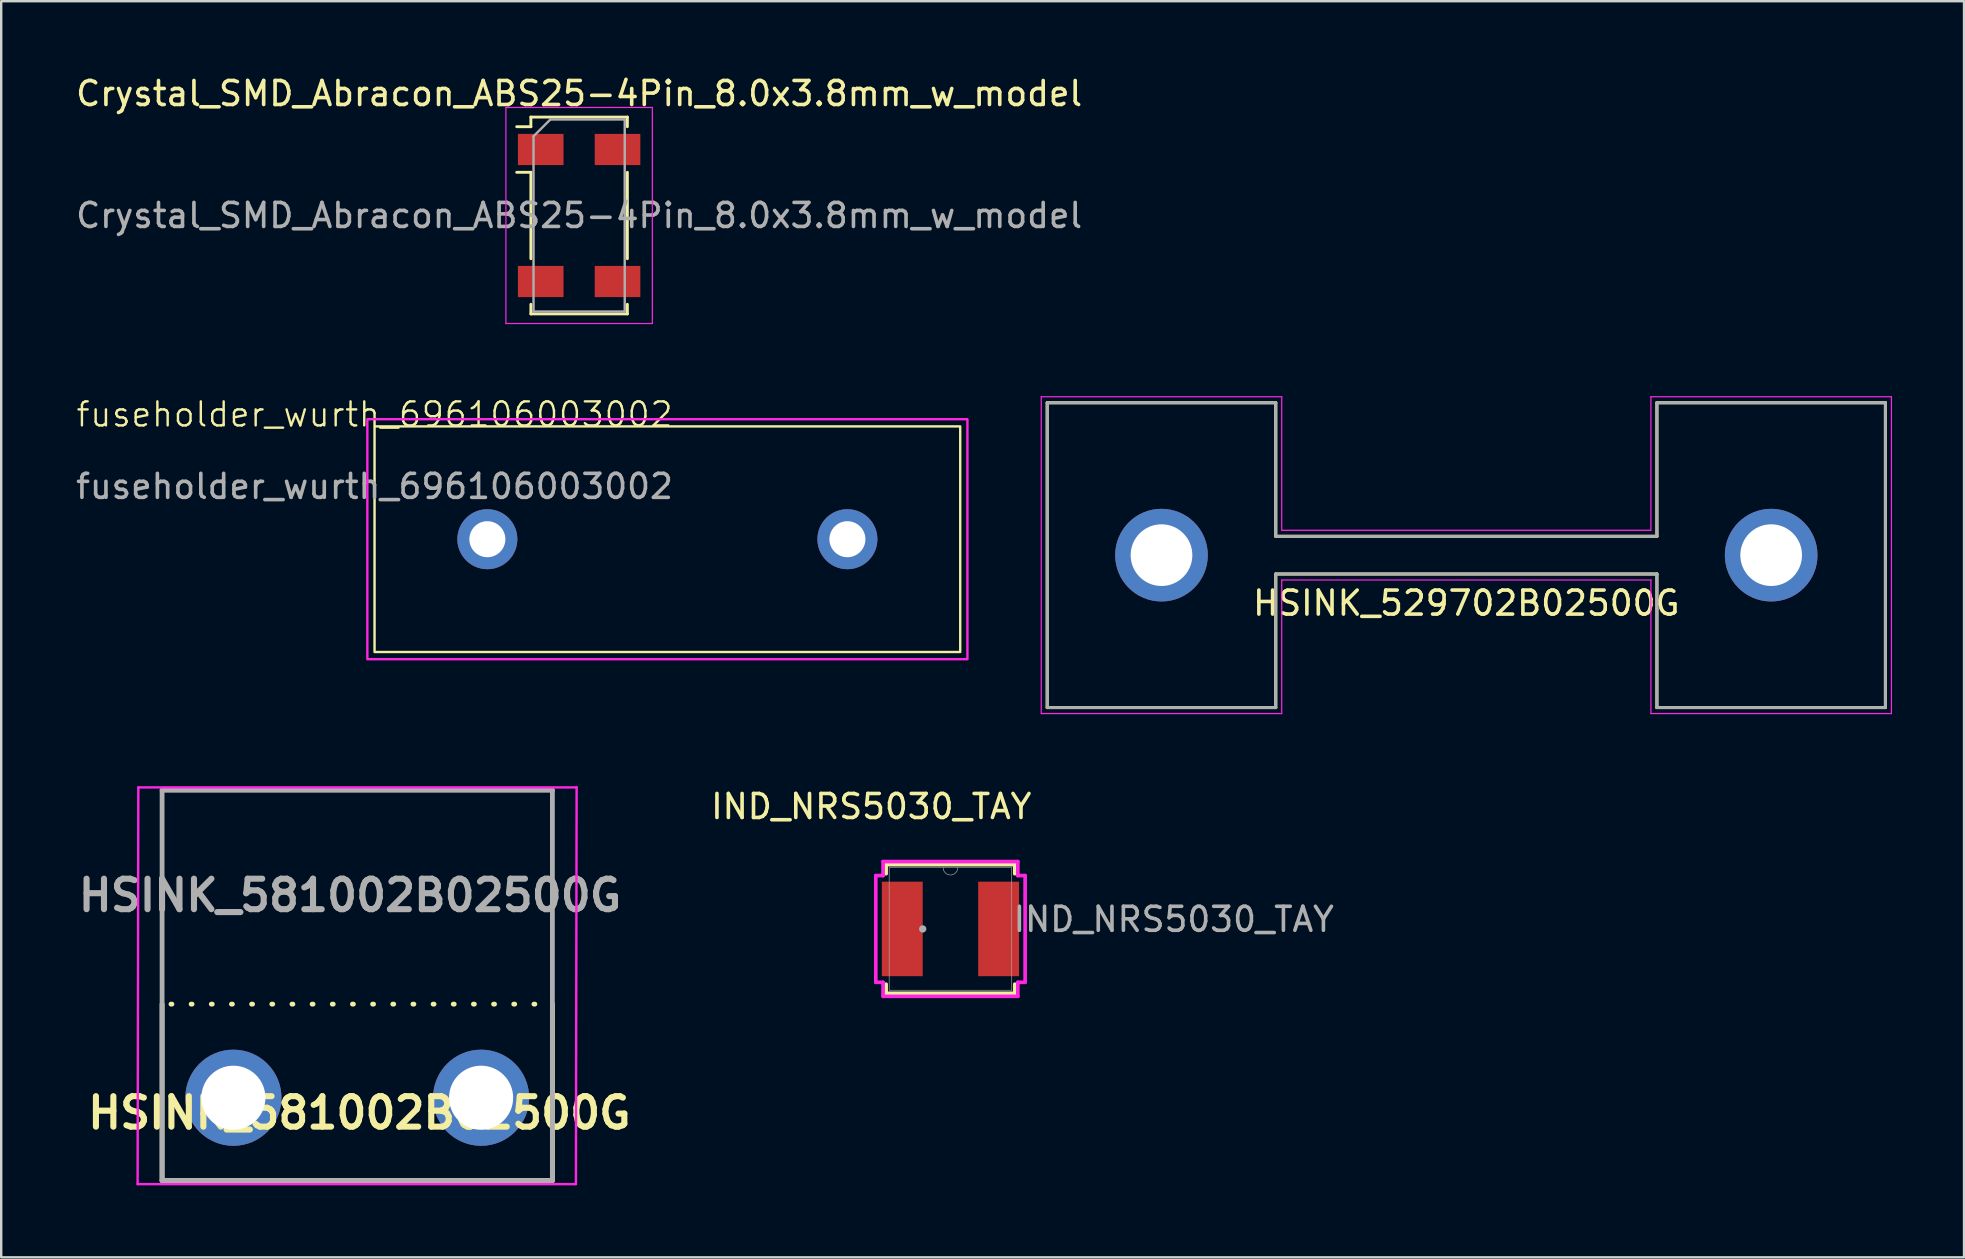
<source format=kicad_pcb>
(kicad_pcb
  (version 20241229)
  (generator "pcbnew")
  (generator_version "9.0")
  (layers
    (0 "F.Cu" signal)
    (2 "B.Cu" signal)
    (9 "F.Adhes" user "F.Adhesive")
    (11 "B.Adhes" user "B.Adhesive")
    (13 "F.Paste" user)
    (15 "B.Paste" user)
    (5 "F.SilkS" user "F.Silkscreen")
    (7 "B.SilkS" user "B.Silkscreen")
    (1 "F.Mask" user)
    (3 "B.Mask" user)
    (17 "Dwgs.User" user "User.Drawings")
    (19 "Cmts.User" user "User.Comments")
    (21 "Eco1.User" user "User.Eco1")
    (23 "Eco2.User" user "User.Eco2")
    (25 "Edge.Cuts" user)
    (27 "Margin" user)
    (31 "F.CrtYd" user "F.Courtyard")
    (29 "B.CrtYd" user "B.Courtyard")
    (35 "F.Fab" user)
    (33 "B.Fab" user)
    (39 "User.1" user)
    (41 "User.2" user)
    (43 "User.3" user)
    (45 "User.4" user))
  (footprint "Crystal_SMD_Abracon_ABS25-4Pin_8.0x3.8mm_w_model"
    (layer "F.Cu")
    (at 21.077 5.928)
    (property "Reference" "Crystal_SMD_Abracon_ABS25-4Pin_8.0x3.8mm_w_model" (at 0 -5.08 0) (layer "F.SilkS") (effects (font (size 1 1) (thickness 0.15))))
    (attr smd)
    (fp_line (start -2.6 -3.7) (end -2.01 -3.7) (stroke (width 0.12) (type solid)) (layer "F.SilkS"))
    (fp_line (start -2.01 -4.1) (end -2.01 -3.7) (stroke (width 0.12) (type solid)) (layer "F.SilkS"))
    (fp_line (start -2.01 -1.8) (end -2.6 -1.8) (stroke (width 0.12) (type solid)) (layer "F.SilkS"))
    (fp_line (start -2.01 -1.8) (end -2.01 1.8) (stroke (width 0.12) (type solid)) (layer "F.SilkS"))
    (fp_line (start -2.01 4.1) (end -2.01 3.7) (stroke (width 0.12) (type solid)) (layer "F.SilkS"))
    (fp_line (start 2.01 -4.1) (end -2.01 -4.1) (stroke (width 0.12) (type solid)) (layer "F.SilkS"))
    (fp_line (start 2.01 -4.1) (end 2.01 -3.7) (stroke (width 0.12) (type solid)) (layer "F.SilkS"))
    (fp_line (start 2.01 -1.8) (end 2.01 1.8) (stroke (width 0.12) (type solid)) (layer "F.SilkS"))
    (fp_line (start 2.01 4.1) (end -2.01 4.1) (stroke (width 0.12) (type solid)) (layer "F.SilkS"))
    (fp_line (start 2.01 4.1) (end 2.01 3.7) (stroke (width 0.12) (type solid)) (layer "F.SilkS"))
    (fp_line (start -3.05 -4.5) (end -3.05 4.5) (stroke (width 0.05) (type solid)) (layer "F.CrtYd"))
    (fp_line (start -3.05 4.5) (end 3.05 4.5) (stroke (width 0.05) (type solid)) (layer "F.CrtYd"))
    (fp_line (start 3.05 -4.5) (end -3.05 -4.5) (stroke (width 0.05) (type solid)) (layer "F.CrtYd"))
    (fp_line (start 3.05 4.5) (end 3.05 -4.5) (stroke (width 0.05) (type solid)) (layer "F.CrtYd"))
    (fp_line (start -1.9 -3.3) (end -1.2 -4) (stroke (width 0.1) (type solid)) (layer "F.Fab"))
    (fp_line (start -1.9 4) (end -1.9 -3.3) (stroke (width 0.1) (type solid)) (layer "F.Fab"))
    (fp_line (start -1.2 -4) (end 1.9 -4) (stroke (width 0.1) (type solid)) (layer "F.Fab"))
    (fp_line (start 1.9 -4) (end 1.9 4) (stroke (width 0.1) (type solid)) (layer "F.Fab"))
    (fp_line (start 1.9 4) (end -1.9 4) (stroke (width 0.1) (type solid)) (layer "F.Fab"))
    (fp_text user "${REFERENCE}" (at 0 0 0) (layer "F.Fab") (effects (font (size 1 1) (thickness 0.15))))
    (pad "1" smd rect (at -1.6 -2.75 270) (size 1.3 1.9) (layers "F.Cu" "F.Mask" "F.Paste"))
    (pad "2" smd rect (at -1.6 2.75 270) (size 1.3 1.9) (layers "F.Cu" "F.Mask" "F.Paste"))
    (pad "3" smd rect (at 1.6 2.75 270) (size 1.3 1.9) (layers "F.Cu" "F.Mask" "F.Paste"))
    (pad "4" smd rect (at 1.6 -2.75 270) (size 1.3 1.9) (layers "F.Cu" "F.Mask" "F.Paste")))
  (footprint "fuseholder_wurth_696106003002"
    (layer "F.Cu")
    (at 12.554 14.714)
    (property "Reference" "fuseholder_wurth_696106003002" (at 0 -0.5 0) (unlocked yes) (layer "F.SilkS") (effects (font (size 1 1) (thickness 0.1))))
    (attr through_hole)
    (fp_rect (start 0 0) (end 24.4 9.4) (stroke (width 0.1) (type default)) (fill no) (layer "F.SilkS"))
    (fp_rect (start -0.3 -0.3) (end 24.7 9.7) (stroke (width 0.1) (type default)) (fill no) (layer "F.CrtYd"))
    (fp_text user "${REFERENCE}" (at 0 2.5 0) (unlocked yes) (layer "F.Fab") (effects (font (size 1 1) (thickness 0.15))))
    (pad "1" thru_hole circle (at 4.7 4.7) (size 2.5 2.5) (drill 1.5) (layers "*.Cu" "*.Mask"))
    (pad "2" thru_hole circle (at 19.7 4.7) (size 2.5 2.5) (drill 1.5) (layers "*.Cu" "*.Mask")))
  (footprint "HSINK_529702B02500G"
    (layer "F.Cu")
    (at 58.039 20.078)
    (property "Reference" "HSINK_529702B02500G" (at 0 2 0) (layer "F.SilkS") (effects (font (size 1 1) (thickness 0.15))))
    (attr through_hole)
    (fp_line (start -17.46 -6.35) (end -17.46 6.35) (stroke (width 0.127) (type solid)) (layer "F.SilkS"))
    (fp_line (start -17.46 -6.35) (end -7.94 -6.35) (stroke (width 0.127) (type solid)) (layer "F.SilkS"))
    (fp_line (start -17.46 6.35) (end -7.94 6.35) (stroke (width 0.127) (type solid)) (layer "F.SilkS"))
    (fp_line (start -7.94 -6.35) (end -7.94 -0.785) (stroke (width 0.127) (type solid)) (layer "F.SilkS"))
    (fp_line (start -7.94 -0.785) (end 7.94 -0.785) (stroke (width 0.127) (type solid)) (layer "F.SilkS"))
    (fp_line (start -7.94 0.785) (end 7.94 0.785) (stroke (width 0.127) (type solid)) (layer "F.SilkS"))
    (fp_line (start -7.94 6.35) (end -7.94 0.785) (stroke (width 0.127) (type solid)) (layer "F.SilkS"))
    (fp_line (start 7.94 -6.35) (end 7.94 -0.785) (stroke (width 0.127) (type solid)) (layer "F.SilkS"))
    (fp_line (start 7.94 6.35) (end 7.94 0.785) (stroke (width 0.127) (type solid)) (layer "F.SilkS"))
    (fp_line (start 17.46 -6.35) (end 7.94 -6.35) (stroke (width 0.127) (type solid)) (layer "F.SilkS"))
    (fp_line (start 17.46 -6.35) (end 17.46 6.35) (stroke (width 0.127) (type solid)) (layer "F.SilkS"))
    (fp_line (start 17.46 6.35) (end 7.94 6.35) (stroke (width 0.127) (type solid)) (layer "F.SilkS"))
    (fp_line (start -17.71 -6.6) (end -7.69 -6.6) (stroke (width 0.05) (type solid)) (layer "F.CrtYd"))
    (fp_line (start -17.71 6.6) (end -17.71 -6.6) (stroke (width 0.05) (type solid)) (layer "F.CrtYd"))
    (fp_line (start -7.69 -6.6) (end -7.69 -1.035) (stroke (width 0.05) (type solid)) (layer "F.CrtYd"))
    (fp_line (start -7.69 -1.035) (end 7.69 -1.035) (stroke (width 0.05) (type solid)) (layer "F.CrtYd"))
    (fp_line (start -7.69 1.035) (end -7.69 6.6) (stroke (width 0.05) (type solid)) (layer "F.CrtYd"))
    (fp_line (start -7.69 6.6) (end -17.71 6.6) (stroke (width 0.05) (type solid)) (layer "F.CrtYd"))
    (fp_line (start 7.69 -6.6) (end 17.71 -6.6) (stroke (width 0.05) (type solid)) (layer "F.CrtYd"))
    (fp_line (start 7.69 -1.035) (end 7.69 -6.6) (stroke (width 0.05) (type solid)) (layer "F.CrtYd"))
    (fp_line (start 7.69 1.035) (end -7.69 1.035) (stroke (width 0.05) (type solid)) (layer "F.CrtYd"))
    (fp_line (start 7.69 6.6) (end 7.69 1.035) (stroke (width 0.05) (type solid)) (layer "F.CrtYd"))
    (fp_line (start 17.71 -6.6) (end 17.71 6.6) (stroke (width 0.05) (type solid)) (layer "F.CrtYd"))
    (fp_line (start 17.71 6.6) (end 7.69 6.6) (stroke (width 0.05) (type solid)) (layer "F.CrtYd"))
    (fp_line (start -17.46 -6.35) (end -17.46 6.35) (stroke (width 0.127) (type solid)) (layer "F.Fab"))
    (fp_line (start -17.46 -6.35) (end -7.94 -6.35) (stroke (width 0.127) (type solid)) (layer "F.Fab"))
    (fp_line (start -17.46 6.35) (end -7.94 6.35) (stroke (width 0.127) (type solid)) (layer "F.Fab"))
    (fp_line (start -7.94 -6.35) (end -7.94 -0.785) (stroke (width 0.127) (type solid)) (layer "F.Fab"))
    (fp_line (start -7.94 -0.785) (end 7.94 -0.785) (stroke (width 0.127) (type solid)) (layer "F.Fab"))
    (fp_line (start -7.94 0.785) (end 7.94 0.785) (stroke (width 0.127) (type solid)) (layer "F.Fab"))
    (fp_line (start -7.94 6.35) (end -7.94 0.785) (stroke (width 0.127) (type solid)) (layer "F.Fab"))
    (fp_line (start 7.94 -6.35) (end 7.94 -0.785) (stroke (width 0.127) (type solid)) (layer "F.Fab"))
    (fp_line (start 7.94 6.35) (end 7.94 0.785) (stroke (width 0.127) (type solid)) (layer "F.Fab"))
    (fp_line (start 17.46 -6.35) (end 7.94 -6.35) (stroke (width 0.127) (type solid)) (layer "F.Fab"))
    (fp_line (start 17.46 -6.35) (end 17.46 6.35) (stroke (width 0.127) (type solid)) (layer "F.Fab"))
    (fp_line (start 17.46 6.35) (end 7.94 6.35) (stroke (width 0.127) (type solid)) (layer "F.Fab"))
    (pad "1" thru_hole circle (at -12.7 0) (size 3.86 3.86) (drill 2.57) (layers "*.Cu" "*.Mask"))
    (pad "2" thru_hole circle (at 12.7 0) (size 3.86 3.86) (drill 2.57) (layers "*.Cu" "*.Mask")))
  (footprint "IND_NRS5030_TAY"
    (layer "F.Cu")
    (at 36.547 35.651)
    (property "Reference" "IND_NRS5030_TAY" (at -3.3 -5.1 0) (unlocked yes) (layer "F.SilkS") (effects (font (size 1 1) (thickness 0.15))))
    (attr smd)
    (fp_line (start -2.68 -2.68) (end -2.68 -2.301) (stroke (width 0.152) (type solid)) (layer "F.SilkS"))
    (fp_line (start -2.68 2.301) (end -2.68 2.68) (stroke (width 0.152) (type solid)) (layer "F.SilkS"))
    (fp_line (start -2.68 2.68) (end 2.68 2.68) (stroke (width 0.152) (type solid)) (layer "F.SilkS"))
    (fp_line (start 2.68 -2.68) (end -2.68 -2.68) (stroke (width 0.152) (type solid)) (layer "F.SilkS"))
    (fp_line (start 2.68 -2.301) (end 2.68 -2.68) (stroke (width 0.152) (type solid)) (layer "F.SilkS"))
    (fp_line (start 2.68 2.68) (end 2.68 2.301) (stroke (width 0.152) (type solid)) (layer "F.SilkS"))
    (fp_line (start -3.111 -2.223) (end -2.807 -2.223) (stroke (width 0.152) (type solid)) (layer "F.CrtYd"))
    (fp_line (start -3.111 2.223) (end -3.111 -2.223) (stroke (width 0.152) (type solid)) (layer "F.CrtYd"))
    (fp_line (start -3.111 2.223) (end -2.807 2.223) (stroke (width 0.152) (type solid)) (layer "F.CrtYd"))
    (fp_line (start -2.807 -2.807) (end 2.807 -2.807) (stroke (width 0.152) (type solid)) (layer "F.CrtYd"))
    (fp_line (start -2.807 -2.223) (end -2.807 -2.807) (stroke (width 0.152) (type solid)) (layer "F.CrtYd"))
    (fp_line (start -2.807 2.807) (end -2.807 2.223) (stroke (width 0.152) (type solid)) (layer "F.CrtYd"))
    (fp_line (start 2.807 -2.807) (end 2.807 -2.223) (stroke (width 0.152) (type solid)) (layer "F.CrtYd"))
    (fp_line (start 2.807 2.223) (end 2.807 2.807) (stroke (width 0.152) (type solid)) (layer "F.CrtYd"))
    (fp_line (start 2.807 2.807) (end -2.807 2.807) (stroke (width 0.152) (type solid)) (layer "F.CrtYd"))
    (fp_line (start 3.111 -2.223) (end 2.807 -2.223) (stroke (width 0.152) (type solid)) (layer "F.CrtYd"))
    (fp_line (start 3.111 -2.223) (end 3.111 2.223) (stroke (width 0.152) (type solid)) (layer "F.CrtYd"))
    (fp_line (start 3.111 2.223) (end 2.807 2.223) (stroke (width 0.152) (type solid)) (layer "F.CrtYd"))
    (fp_line (start -2.553 -2.553) (end -2.553 2.553) (stroke (width 0.025) (type solid)) (layer "F.Fab"))
    (fp_line (start -2.553 2.553) (end 2.553 2.553) (stroke (width 0.025) (type solid)) (layer "F.Fab"))
    (fp_line (start 2.553 -2.553) (end -2.553 -2.553) (stroke (width 0.025) (type solid)) (layer "F.Fab"))
    (fp_line (start 2.553 2.553) (end 2.553 -2.553) (stroke (width 0.025) (type solid)) (layer "F.Fab"))
    (fp_arc (start 0.3048 -2.5527) (mid 0 -2.2479) (end -0.3048 -2.5527) (stroke (width 0.0254) (type solid)) (layer "F.Fab"))
    (fp_circle (center -1.156 0) (end -1.079 0) (stroke (width 0.152) (type solid)) (fill no) (layer "F.Fab"))
    (fp_text user "${REFERENCE}" (at 9.3 -0.4 0) (unlocked yes) (layer "F.Fab") (effects (font (size 1 1) (thickness 0.15))))
    (pad "1" smd rect (at -2.007 0) (size 1.702 3.937) (layers "F.Cu" "F.Mask" "F.Paste"))
    (pad "2" smd rect (at 2.007 0) (size 1.702 3.937) (layers "F.Cu" "F.Mask" "F.Paste")))
  (footprint "HSINK_581002B02500G"
    (layer "F.Cu")
    (at 6.673 42.683)
    (property "Reference" "HSINK_581002B02500G" (at 5.25 0.63 0) (layer "F.SilkS") (effects (font (size 1.27 1.27) (thickness 0.254))))
    (attr through_hole)
    (fp_line (start -2.97 3.45) (end -2.97 -3.9) (stroke (width 0.2) (type solid)) (layer "F.SilkS"))
    (fp_line (start -2.6 -3.9) (end 13.25 -3.9) (stroke (width 0.2) (type dot)) (layer "F.SilkS"))
    (fp_line (start 13.29 3.45) (end -2.97 3.45) (stroke (width 0.2) (type solid)) (layer "F.SilkS"))
    (fp_line (start 13.29 3.45) (end 13.29 -3.9) (stroke (width 0.2) (type solid)) (layer "F.SilkS"))
    (fp_line (start -3.99 3.6) (end -3.96 -12.93) (stroke (width 0.1) (type solid)) (layer "F.CrtYd"))
    (fp_line (start -3.96 -12.93) (end 14.3 -12.93) (stroke (width 0.1) (type solid)) (layer "F.CrtYd"))
    (fp_line (start 14.27 3.6) (end -3.99 3.6) (stroke (width 0.1) (type solid)) (layer "F.CrtYd"))
    (fp_line (start 14.3 -12.93) (end 14.27 3.6) (stroke (width 0.1) (type solid)) (layer "F.CrtYd"))
    (fp_line (start -2.97 -12.81) (end 13.29 -12.81) (stroke (width 0.2) (type solid)) (layer "F.Fab"))
    (fp_line (start -2.97 3.45) (end -2.97 -12.81) (stroke (width 0.2) (type solid)) (layer "F.Fab"))
    (fp_line (start 13.29 -12.81) (end 13.29 3.45) (stroke (width 0.2) (type solid)) (layer "F.Fab"))
    (fp_line (start 13.29 3.45) (end -2.97 3.45) (stroke (width 0.2) (type solid)) (layer "F.Fab"))
    (fp_text user "${REFERENCE}" (at 4.86 -8.43 0) (layer "F.Fab") (effects (font (size 1.27 1.27) (thickness 0.254))))
    (pad "1" thru_hole circle (at 0 0) (size 4.005 4.005) (drill 2.67) (layers "*.Cu" "*.Mask"))
    (pad "2" thru_hole circle (at 10.32 0) (size 4.005 4.005) (drill 2.67) (layers "*.Cu" "*.Mask")))
  (gr_rect
    (start -3 -3)
    (end 78.774 49.333)
    (stroke (width 0.1) (type default))
    (fill no)
    (layer "Edge.Cuts")))
</source>
